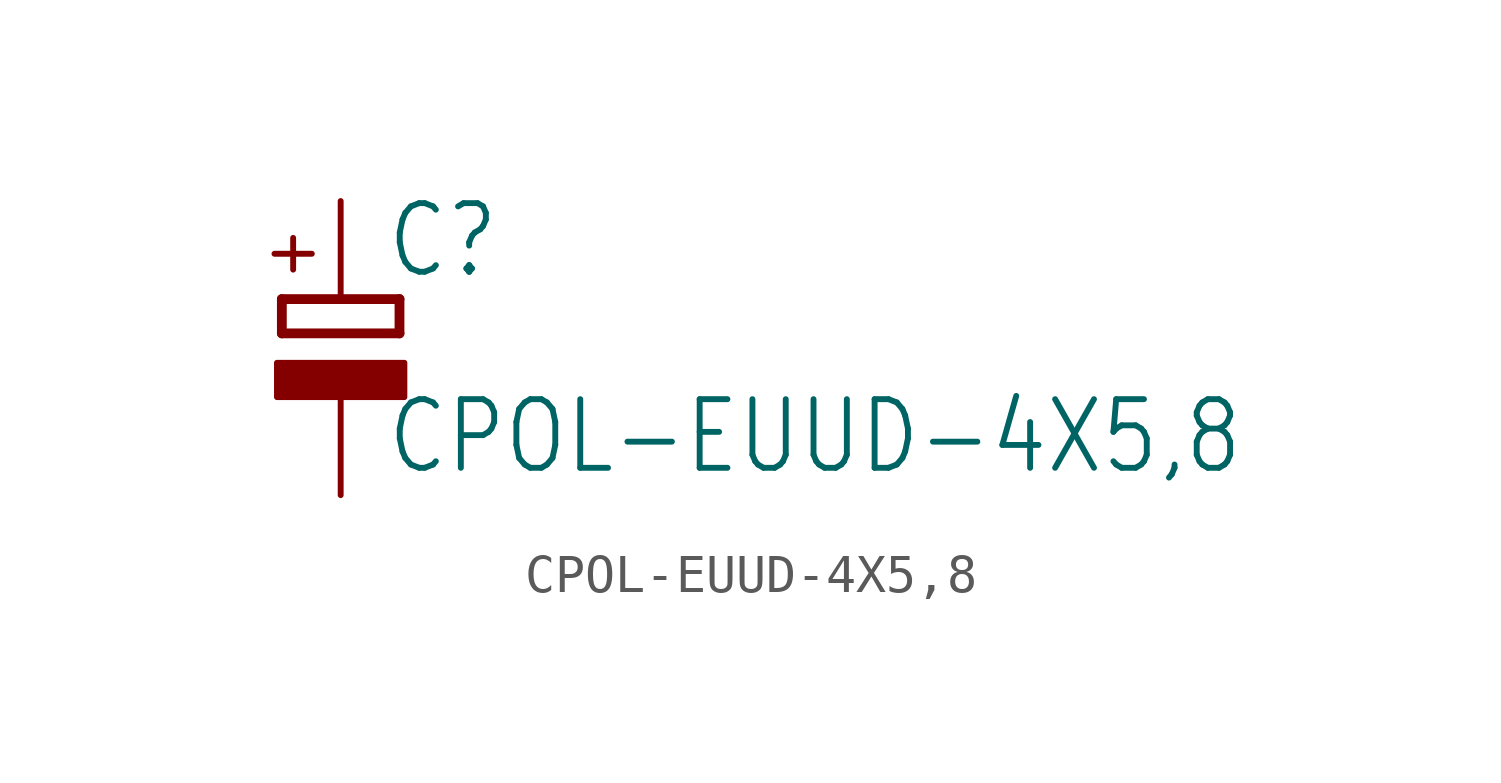
<source format=kicad_sym>
(kicad_symbol_lib
  (version 20220914)
  (generator kicad_symbol_editor)
  (symbol "CPOL-EUUD-4X5,8"
    (property "Reference" "C"
      (at 1.143 0.483 0)
      (effects (font (size 1.778 1.511)) (justify left bottom)))
    (property "Value" "CPOL-EUUD-4X5,8"
      (at 1.143 -4.597 0)
      (effects (font (size 1.778 1.511)) (justify left bottom)))
    (property "ki_locked" ""
      (at 0 0 0)
      (effects (font (size 1.27 1.27))))
    (symbol "CPOL-EUUD-4X5,8_1_0"
      (rectangle (start -1.651 -2.54) (end 1.651 -1.651) (stroke (width 0) (type default)) (fill (type outline)))
      (polyline (pts (xy -1.524 -0.889) (xy 1.524 -0.889)) (stroke (width 0.254) (type default)) (fill (type none)))
      (polyline (pts (xy -1.524 0) (xy -1.524 -0.889)) (stroke (width 0.254) (type default)) (fill (type none)))
      (polyline (pts (xy -1.524 0) (xy 1.524 0)) (stroke (width 0.254) (type default)) (fill (type none)))
      (polyline (pts (xy 1.524 -0.889) (xy 1.524 0)) (stroke (width 0.254) (type default)) (fill (type none)))
      (text "+" (at -0.584 0.406 900) (effects (font (size 1.27 1.079)) (justify left bottom)))
      (pin passive line (at 0 2.54 270) (length 2.54) (name "+" (effects (font (size 0 0)))) (number "+" (effects (font (size 0 0)))))
      (pin passive line (at 0 -5.08 90) (length 2.54) (name "-" (effects (font (size 0 0)))) (number "-" (effects (font (size 0 0))))))))
</source>
